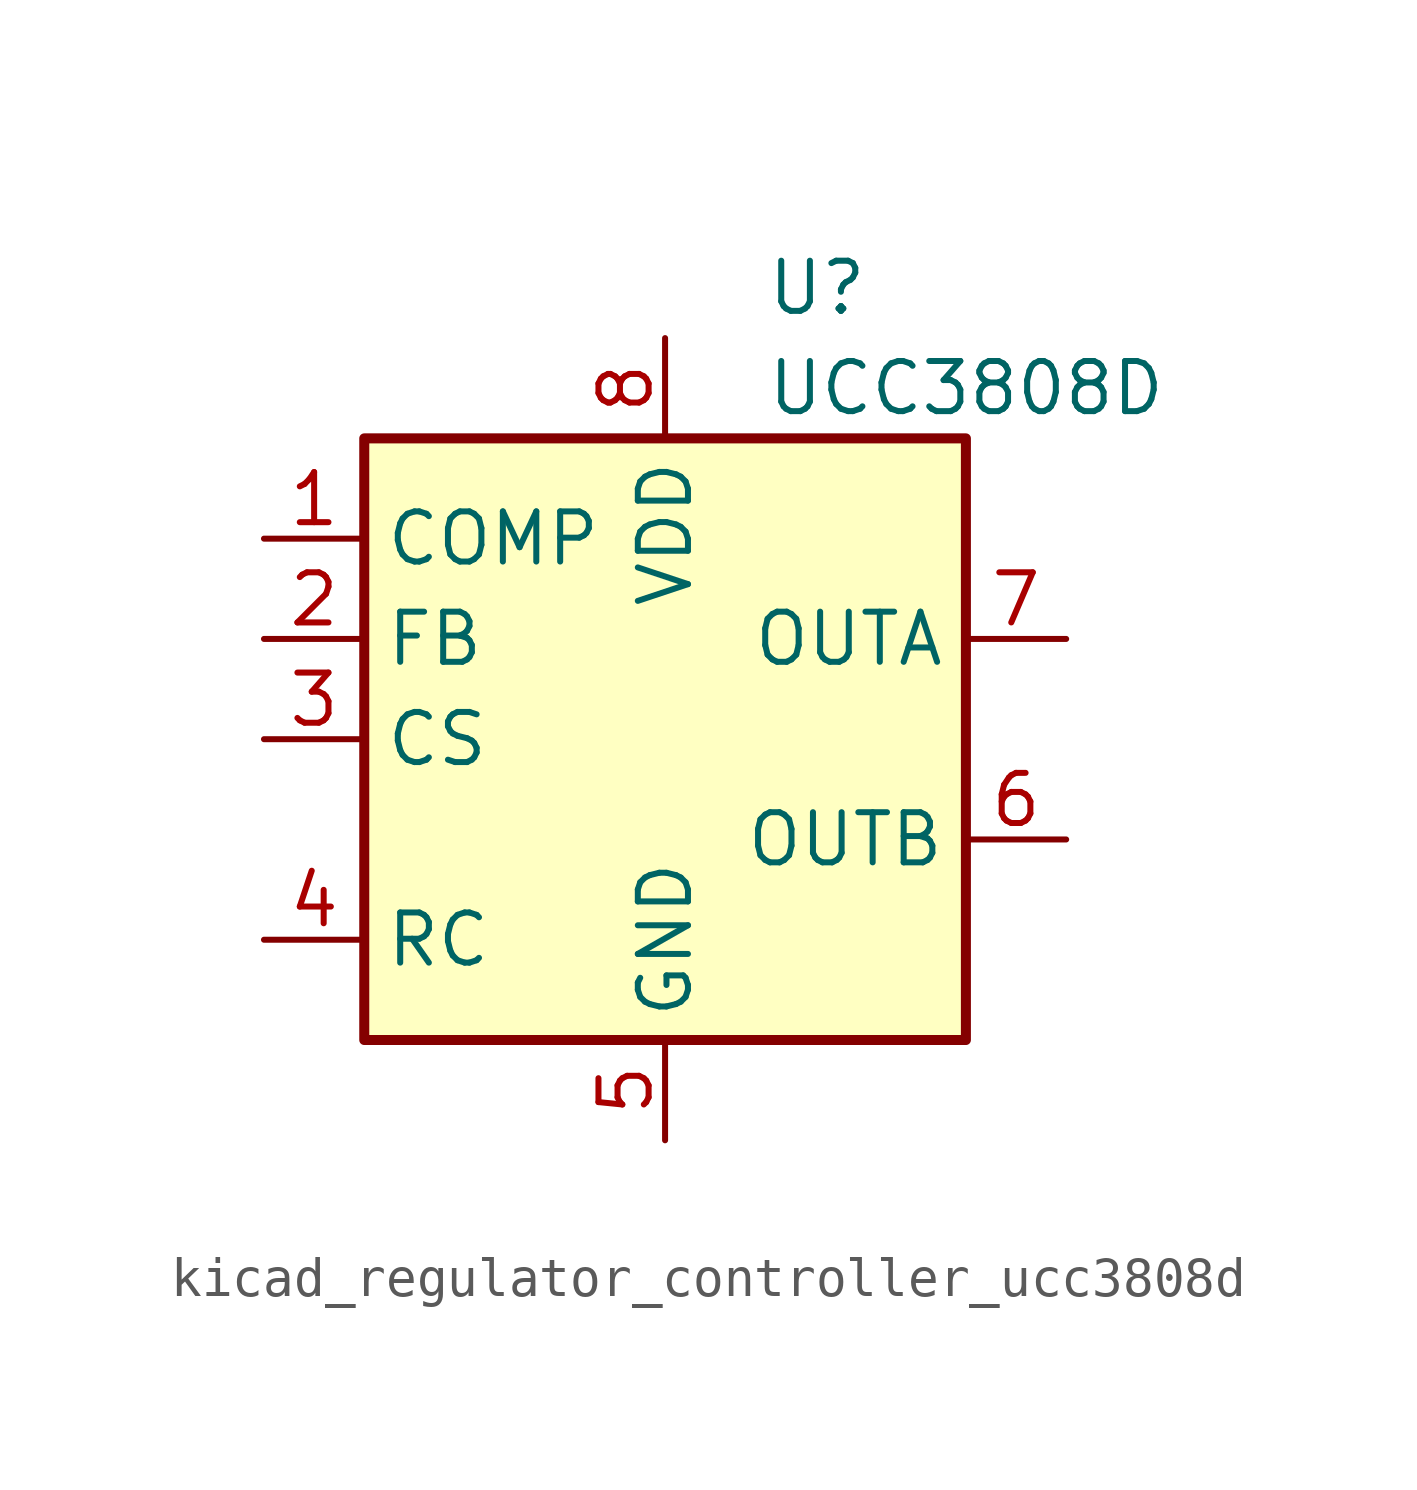
<source format=kicad_sym>
(kicad_symbol_lib
  (version 20220914)
  (generator kicad_symbol_editor)
  (symbol "kicad_regulator_controller_ucc3808d"
    (property "Reference" "U"
      (at 2.54 11.43 0)
      (effects (font (size 1.27 1.27)) (justify left)))
    (property "Value" "UCC3808D"
      (at 2.54 8.89 0)
      (effects (font (size 1.27 1.27)) (justify left)))
    (symbol "kicad_regulator_controller_ucc3808d_0_1"
      (rectangle (start -7.62 -7.62) (end 7.62 7.62) (stroke (width 0.254) (type default)) (fill (type background))))
    (symbol "kicad_regulator_controller_ucc3808d_1_1"
      (pin passive line (at -10.16 5.08 0) (length 2.54) (name "COMP" (effects (font (size 1.27 1.27)))) (number "1" (effects (font (size 1.27 1.27)))))
      (pin input line (at -10.16 2.54 0) (length 2.54) (name "FB" (effects (font (size 1.27 1.27)))) (number "2" (effects (font (size 1.27 1.27)))))
      (pin input line (at -10.16 0 0) (length 2.54) (name "CS" (effects (font (size 1.27 1.27)))) (number "3" (effects (font (size 1.27 1.27)))))
      (pin passive line (at -10.16 -5.08 0) (length 2.54) (name "RC" (effects (font (size 1.27 1.27)))) (number "4" (effects (font (size 1.27 1.27)))))
      (pin power_in line (at 0 -10.16 90) (length 2.54) (name "GND" (effects (font (size 1.27 1.27)))) (number "5" (effects (font (size 1.27 1.27)))))
      (pin output line (at 10.16 -2.54 180) (length 2.54) (name "OUTB" (effects (font (size 1.27 1.27)))) (number "6" (effects (font (size 1.27 1.27)))))
      (pin output line (at 10.16 2.54 180) (length 2.54) (name "OUTA" (effects (font (size 1.27 1.27)))) (number "7" (effects (font (size 1.27 1.27)))))
      (pin power_in line (at 0 10.16 270) (length 2.54) (name "VDD" (effects (font (size 1.27 1.27)))) (number "8" (effects (font (size 1.27 1.27))))))))
</source>
